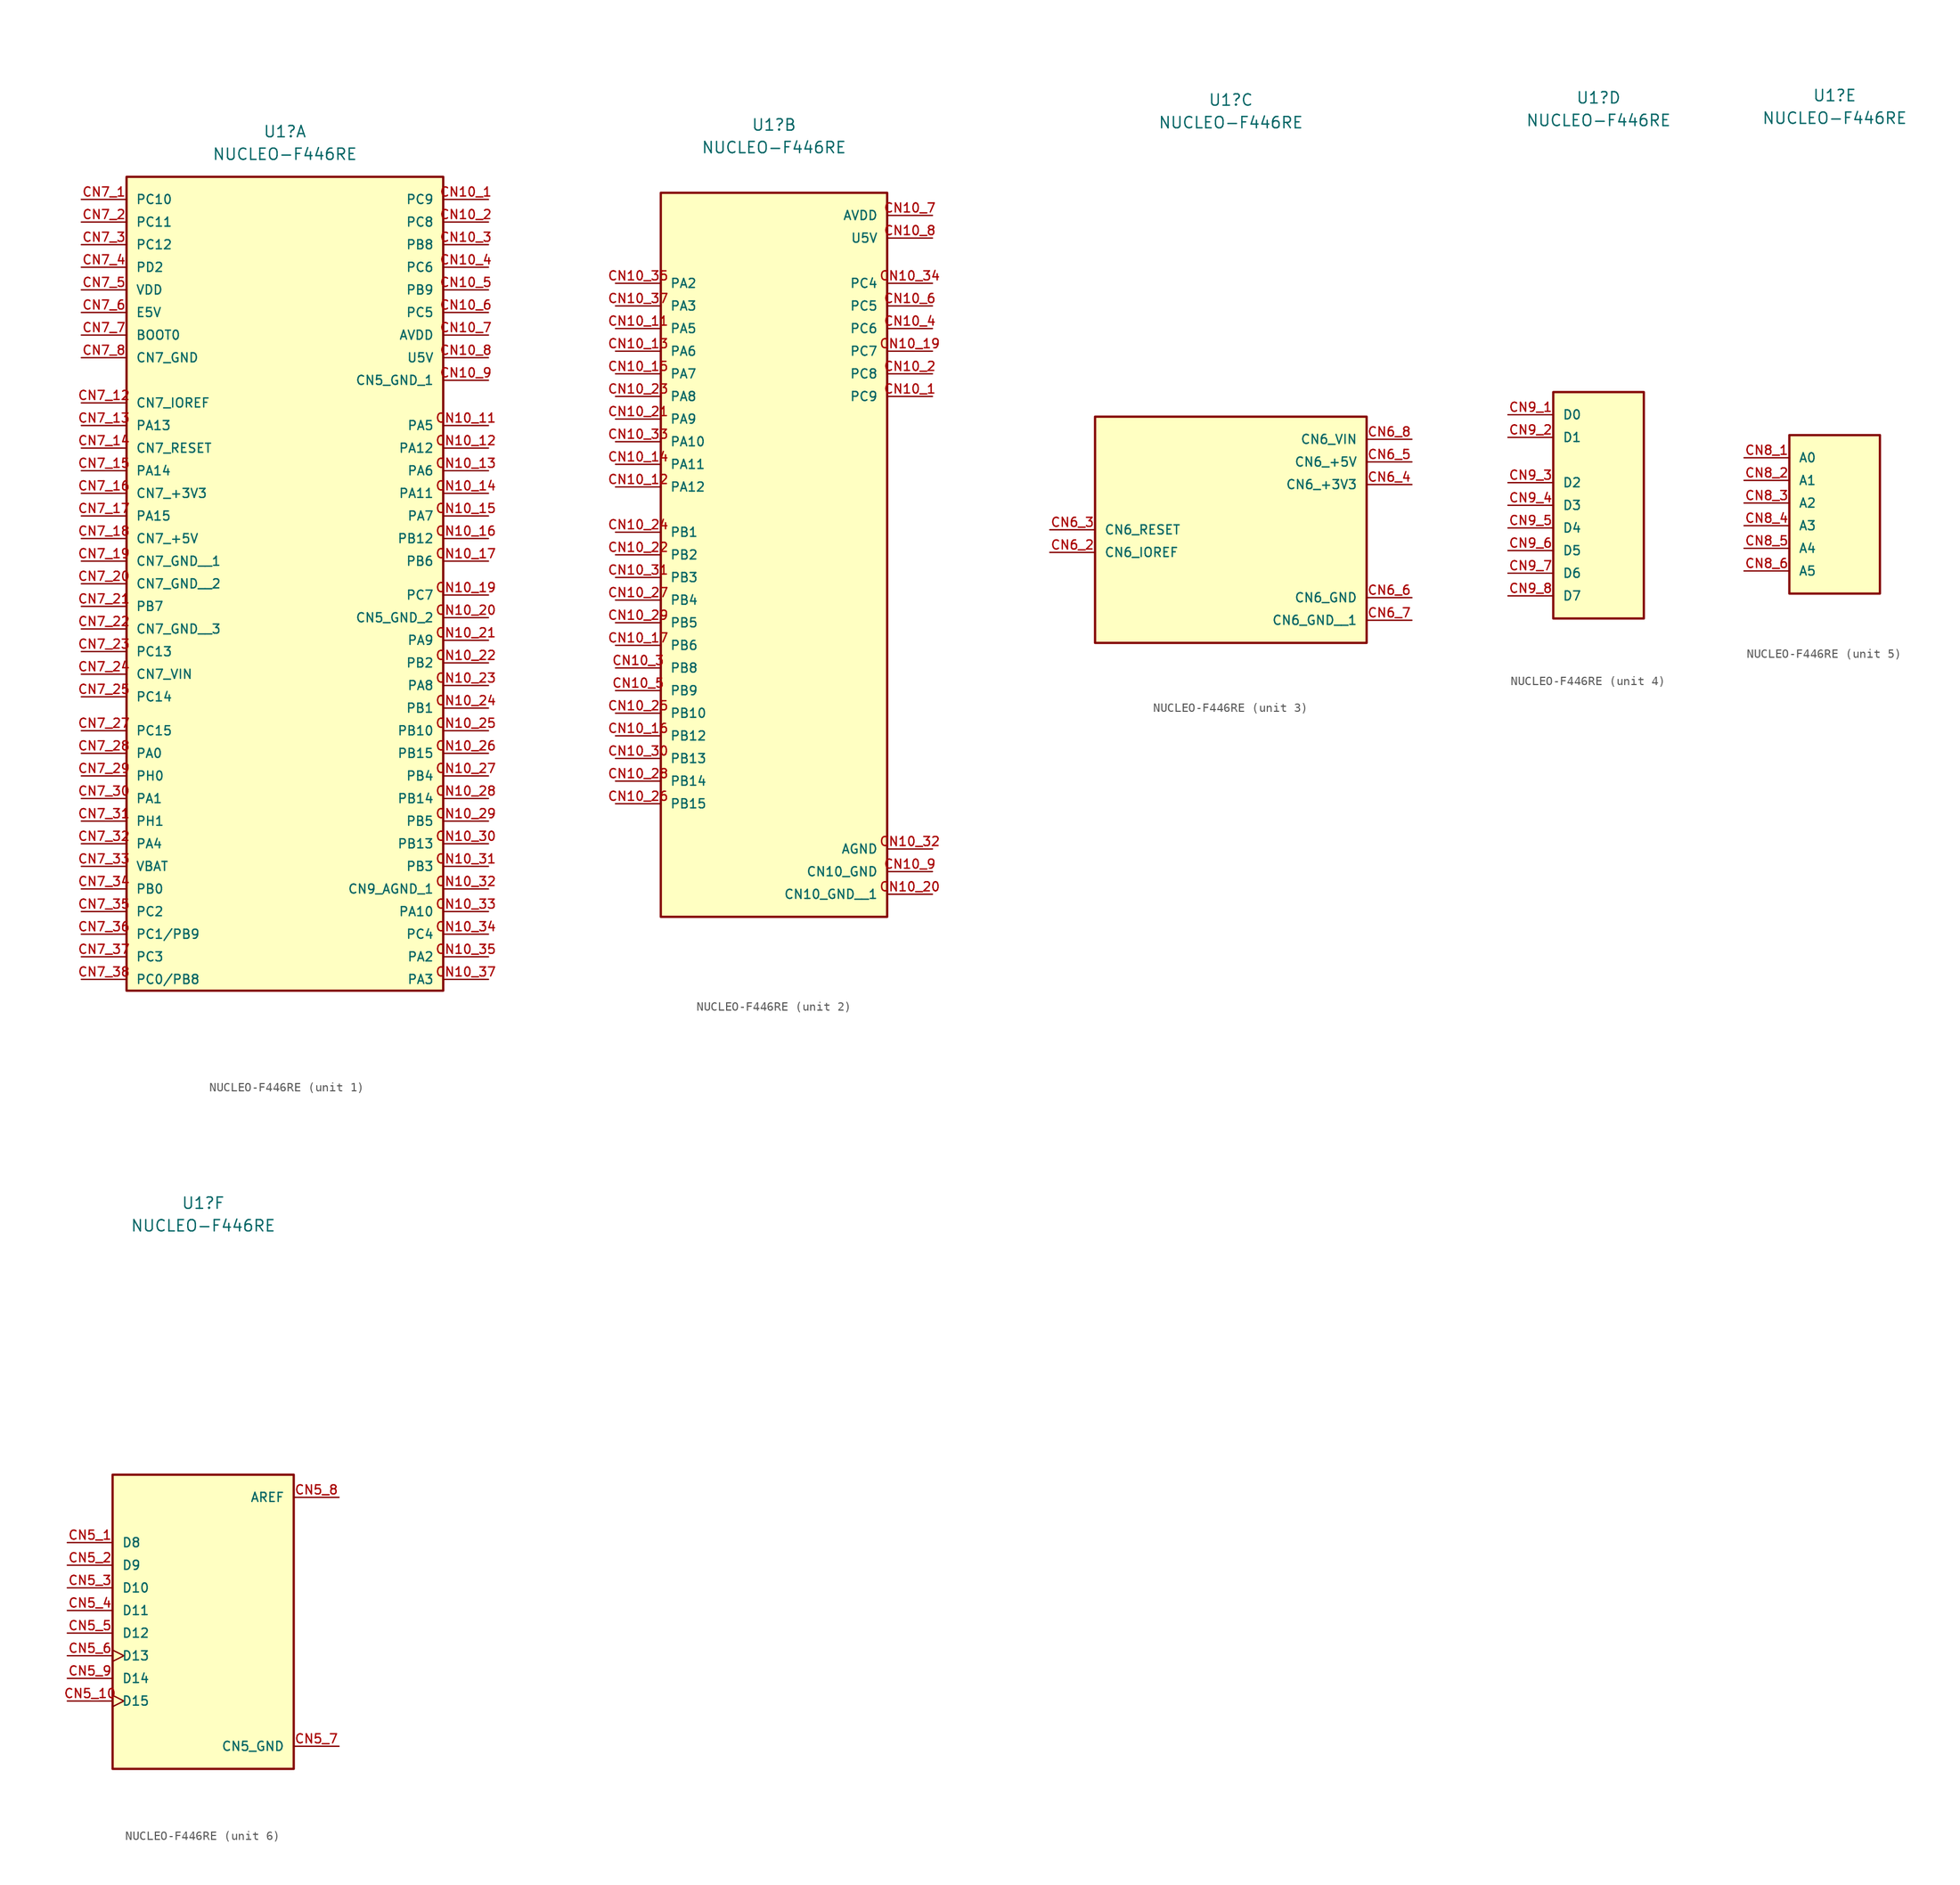
<source format=kicad_sym>
(kicad_symbol_lib
  (version 20231120)
  (generator "kicad_symbol_editor")
  (generator_version "8.0")
  (symbol "NUCLEO-F446RE"
    (pin_names
      (offset 1.016))
    (property "Reference" "U1"
      (at 0 45.72 0)
      (effects (font (size 1.27 1.27))))
    (property "Value" "NUCLEO-F446RE"
      (at 0 43.18 0)
      (effects (font (size 1.27 1.27))))
    (symbol "NUCLEO-F446RE_1_0"
      (rectangle (start -17.78 40.64) (end 17.78 -50.8) (stroke (width 0.254) (type default)) (fill (type background)))
      (pin bidirectional line (at 22.86 38.1 180) (length 5.08) (name "PC9" (effects (font (size 1.016 1.016)))) (number "CN10_1" (effects (font (size 1.016 1.016)))))
      (pin bidirectional line (at 22.86 12.7 180) (length 5.08) (name "PA5" (effects (font (size 1.016 1.016)))) (number "CN10_11" (effects (font (size 1.016 1.016)))))
      (pin bidirectional line (at 22.86 10.16 180) (length 5.08) (name "PA12" (effects (font (size 1.016 1.016)))) (number "CN10_12" (effects (font (size 1.016 1.016)))))
      (pin bidirectional line (at 22.86 7.62 180) (length 5.08) (name "PA6" (effects (font (size 1.016 1.016)))) (number "CN10_13" (effects (font (size 1.016 1.016)))))
      (pin bidirectional line (at 22.86 5.08 180) (length 5.08) (name "PA11" (effects (font (size 1.016 1.016)))) (number "CN10_14" (effects (font (size 1.016 1.016)))))
      (pin bidirectional line (at 22.86 2.54 180) (length 5.08) (name "PA7" (effects (font (size 1.016 1.016)))) (number "CN10_15" (effects (font (size 1.016 1.016)))))
      (pin bidirectional line (at 22.86 0 180) (length 5.08) (name "PB12" (effects (font (size 1.016 1.016)))) (number "CN10_16" (effects (font (size 1.016 1.016)))))
      (pin bidirectional line (at 22.86 -2.54 180) (length 5.08) (name "PB6" (effects (font (size 1.016 1.016)))) (number "CN10_17" (effects (font (size 1.016 1.016)))))
      (pin bidirectional line (at 22.86 -6.35 180) (length 5.08) (name "PC7" (effects (font (size 1.016 1.016)))) (number "CN10_19" (effects (font (size 1.016 1.016)))))
      (pin bidirectional line (at 22.86 35.56 180) (length 5.08) (name "PC8" (effects (font (size 1.016 1.016)))) (number "CN10_2" (effects (font (size 1.016 1.016)))))
      (pin power_in line (at 22.86 -8.89 180) (length 5.08) (name "CN5_GND_2" (effects (font (size 1.016 1.016)))) (number "CN10_20" (effects (font (size 1.016 1.016)))))
      (pin bidirectional line (at 22.86 -11.43 180) (length 5.08) (name "PA9" (effects (font (size 1.016 1.016)))) (number "CN10_21" (effects (font (size 1.016 1.016)))))
      (pin bidirectional line (at 22.86 -13.97 180) (length 5.08) (name "PB2" (effects (font (size 1.016 1.016)))) (number "CN10_22" (effects (font (size 1.016 1.016)))))
      (pin bidirectional line (at 22.86 -16.51 180) (length 5.08) (name "PA8" (effects (font (size 1.016 1.016)))) (number "CN10_23" (effects (font (size 1.016 1.016)))))
      (pin bidirectional line (at 22.86 -19.05 180) (length 5.08) (name "PB1" (effects (font (size 1.016 1.016)))) (number "CN10_24" (effects (font (size 1.016 1.016)))))
      (pin bidirectional line (at 22.86 -21.59 180) (length 5.08) (name "PB10" (effects (font (size 1.016 1.016)))) (number "CN10_25" (effects (font (size 1.016 1.016)))))
      (pin bidirectional line (at 22.86 -24.13 180) (length 5.08) (name "PB15" (effects (font (size 1.016 1.016)))) (number "CN10_26" (effects (font (size 1.016 1.016)))))
      (pin bidirectional line (at 22.86 -26.67 180) (length 5.08) (name "PB4" (effects (font (size 1.016 1.016)))) (number "CN10_27" (effects (font (size 1.016 1.016)))))
      (pin bidirectional line (at 22.86 -29.21 180) (length 5.08) (name "PB14" (effects (font (size 1.016 1.016)))) (number "CN10_28" (effects (font (size 1.016 1.016)))))
      (pin bidirectional line (at 22.86 -31.75 180) (length 5.08) (name "PB5" (effects (font (size 1.016 1.016)))) (number "CN10_29" (effects (font (size 1.016 1.016)))))
      (pin bidirectional line (at 22.86 33.02 180) (length 5.08) (name "PB8" (effects (font (size 1.016 1.016)))) (number "CN10_3" (effects (font (size 1.016 1.016)))))
      (pin bidirectional line (at 22.86 -34.29 180) (length 5.08) (name "PB13" (effects (font (size 1.016 1.016)))) (number "CN10_30" (effects (font (size 1.016 1.016)))))
      (pin bidirectional line (at 22.86 -36.83 180) (length 5.08) (name "PB3" (effects (font (size 1.016 1.016)))) (number "CN10_31" (effects (font (size 1.016 1.016)))))
      (pin power_in line (at 22.86 -39.37 180) (length 5.08) (name "CN9_AGND_1" (effects (font (size 1.016 1.016)))) (number "CN10_32" (effects (font (size 1.016 1.016)))))
      (pin bidirectional line (at 22.86 -41.91 180) (length 5.08) (name "PA10" (effects (font (size 1.016 1.016)))) (number "CN10_33" (effects (font (size 1.016 1.016)))))
      (pin bidirectional line (at 22.86 -44.45 180) (length 5.08) (name "PC4" (effects (font (size 1.016 1.016)))) (number "CN10_34" (effects (font (size 1.016 1.016)))))
      (pin bidirectional line (at 22.86 -46.99 180) (length 5.08) (name "PA2" (effects (font (size 1.016 1.016)))) (number "CN10_35" (effects (font (size 1.016 1.016)))))
      (pin bidirectional line (at 22.86 -49.53 180) (length 5.08) (name "PA3" (effects (font (size 1.016 1.016)))) (number "CN10_37" (effects (font (size 1.016 1.016)))))
      (pin bidirectional line (at 22.86 30.48 180) (length 5.08) (name "PC6" (effects (font (size 1.016 1.016)))) (number "CN10_4" (effects (font (size 1.016 1.016)))))
      (pin bidirectional line (at 22.86 27.94 180) (length 5.08) (name "PB9" (effects (font (size 1.016 1.016)))) (number "CN10_5" (effects (font (size 1.016 1.016)))))
      (pin bidirectional line (at 22.86 25.4 180) (length 5.08) (name "PC5" (effects (font (size 1.016 1.016)))) (number "CN10_6" (effects (font (size 1.016 1.016)))))
      (pin power_in line (at 22.86 22.86 180) (length 5.08) (name "AVDD" (effects (font (size 1.016 1.016)))) (number "CN10_7" (effects (font (size 1.016 1.016)))))
      (pin power_in line (at 22.86 20.32 180) (length 5.08) (name "U5V" (effects (font (size 1.016 1.016)))) (number "CN10_8" (effects (font (size 1.016 1.016)))))
      (pin power_in line (at 22.86 17.78 180) (length 5.08) (name "CN5_GND_1" (effects (font (size 1.016 1.016)))) (number "CN10_9" (effects (font (size 1.016 1.016)))))
      (pin bidirectional line (at -22.86 38.1 0) (length 5.08) (name "PC10" (effects (font (size 1.016 1.016)))) (number "CN7_1" (effects (font (size 1.016 1.016)))))
      (pin bidirectional line (at -22.86 15.24 0) (length 5.08) (name "CN7_IOREF" (effects (font (size 1.016 1.016)))) (number "CN7_12" (effects (font (size 1.016 1.016)))))
      (pin bidirectional line (at -22.86 12.7 0) (length 5.08) (name "PA13" (effects (font (size 1.016 1.016)))) (number "CN7_13" (effects (font (size 1.016 1.016)))))
      (pin bidirectional line (at -22.86 10.16 0) (length 5.08) (name "CN7_RESET" (effects (font (size 1.016 1.016)))) (number "CN7_14" (effects (font (size 1.016 1.016)))))
      (pin bidirectional line (at -22.86 7.62 0) (length 5.08) (name "PA14" (effects (font (size 1.016 1.016)))) (number "CN7_15" (effects (font (size 1.016 1.016)))))
      (pin power_in line (at -22.86 5.08 0) (length 5.08) (name "CN7_+3V3" (effects (font (size 1.016 1.016)))) (number "CN7_16" (effects (font (size 1.016 1.016)))))
      (pin bidirectional line (at -22.86 2.54 0) (length 5.08) (name "PA15" (effects (font (size 1.016 1.016)))) (number "CN7_17" (effects (font (size 1.016 1.016)))))
      (pin power_in line (at -22.86 0 0) (length 5.08) (name "CN7_+5V" (effects (font (size 1.016 1.016)))) (number "CN7_18" (effects (font (size 1.016 1.016)))))
      (pin power_in line (at -22.86 -2.54 0) (length 5.08) (name "CN7_GND__1" (effects (font (size 1.016 1.016)))) (number "CN7_19" (effects (font (size 1.016 1.016)))))
      (pin bidirectional line (at -22.86 35.56 0) (length 5.08) (name "PC11" (effects (font (size 1.016 1.016)))) (number "CN7_2" (effects (font (size 1.016 1.016)))))
      (pin power_in line (at -22.86 -5.08 0) (length 5.08) (name "CN7_GND__2" (effects (font (size 1.016 1.016)))) (number "CN7_20" (effects (font (size 1.016 1.016)))))
      (pin bidirectional line (at -22.86 -7.62 0) (length 5.08) (name "PB7" (effects (font (size 1.016 1.016)))) (number "CN7_21" (effects (font (size 1.016 1.016)))))
      (pin power_in line (at -22.86 -10.16 0) (length 5.08) (name "CN7_GND__3" (effects (font (size 1.016 1.016)))) (number "CN7_22" (effects (font (size 1.016 1.016)))))
      (pin bidirectional line (at -22.86 -12.7 0) (length 5.08) (name "PC13" (effects (font (size 1.016 1.016)))) (number "CN7_23" (effects (font (size 1.016 1.016)))))
      (pin power_in line (at -22.86 -15.24 0) (length 5.08) (name "CN7_VIN" (effects (font (size 1.016 1.016)))) (number "CN7_24" (effects (font (size 1.016 1.016)))))
      (pin bidirectional line (at -22.86 -17.78 0) (length 5.08) (name "PC14" (effects (font (size 1.016 1.016)))) (number "CN7_25" (effects (font (size 1.016 1.016)))))
      (pin bidirectional line (at -22.86 -21.59 0) (length 5.08) (name "PC15" (effects (font (size 1.016 1.016)))) (number "CN7_27" (effects (font (size 1.016 1.016)))))
      (pin bidirectional line (at -22.86 -24.13 0) (length 5.08) (name "PA0" (effects (font (size 1.016 1.016)))) (number "CN7_28" (effects (font (size 1.016 1.016)))))
      (pin bidirectional line (at -22.86 -26.67 0) (length 5.08) (name "PH0" (effects (font (size 1.016 1.016)))) (number "CN7_29" (effects (font (size 1.016 1.016)))))
      (pin bidirectional line (at -22.86 33.02 0) (length 5.08) (name "PC12" (effects (font (size 1.016 1.016)))) (number "CN7_3" (effects (font (size 1.016 1.016)))))
      (pin bidirectional line (at -22.86 -29.21 0) (length 5.08) (name "PA1" (effects (font (size 1.016 1.016)))) (number "CN7_30" (effects (font (size 1.016 1.016)))))
      (pin bidirectional line (at -22.86 -31.75 0) (length 5.08) (name "PH1" (effects (font (size 1.016 1.016)))) (number "CN7_31" (effects (font (size 1.016 1.016)))))
      (pin bidirectional line (at -22.86 -34.29 0) (length 5.08) (name "PA4" (effects (font (size 1.016 1.016)))) (number "CN7_32" (effects (font (size 1.016 1.016)))))
      (pin power_in line (at -22.86 -36.83 0) (length 5.08) (name "VBAT" (effects (font (size 1.016 1.016)))) (number "CN7_33" (effects (font (size 1.016 1.016)))))
      (pin bidirectional line (at -22.86 -39.37 0) (length 5.08) (name "PB0" (effects (font (size 1.016 1.016)))) (number "CN7_34" (effects (font (size 1.016 1.016)))))
      (pin bidirectional line (at -22.86 -41.91 0) (length 5.08) (name "PC2" (effects (font (size 1.016 1.016)))) (number "CN7_35" (effects (font (size 1.016 1.016)))))
      (pin bidirectional line (at -22.86 -44.45 0) (length 5.08) (name "PC1/PB9" (effects (font (size 1.016 1.016)))) (number "CN7_36" (effects (font (size 1.016 1.016)))))
      (pin bidirectional line (at -22.86 -46.99 0) (length 5.08) (name "PC3" (effects (font (size 1.016 1.016)))) (number "CN7_37" (effects (font (size 1.016 1.016)))))
      (pin bidirectional line (at -22.86 -49.53 0) (length 5.08) (name "PC0/PB8" (effects (font (size 1.016 1.016)))) (number "CN7_38" (effects (font (size 1.016 1.016)))))
      (pin bidirectional line (at -22.86 30.48 0) (length 5.08) (name "PD2" (effects (font (size 1.016 1.016)))) (number "CN7_4" (effects (font (size 1.016 1.016)))))
      (pin power_in line (at -22.86 27.94 0) (length 5.08) (name "VDD" (effects (font (size 1.016 1.016)))) (number "CN7_5" (effects (font (size 1.016 1.016)))))
      (pin power_in line (at -22.86 25.4 0) (length 5.08) (name "E5V" (effects (font (size 1.016 1.016)))) (number "CN7_6" (effects (font (size 1.016 1.016)))))
      (pin bidirectional line (at -22.86 22.86 0) (length 5.08) (name "BOOT0" (effects (font (size 1.016 1.016)))) (number "CN7_7" (effects (font (size 1.016 1.016)))))
      (pin power_in line (at -22.86 20.32 0) (length 5.08) (name "CN7_GND" (effects (font (size 1.016 1.016)))) (number "CN7_8" (effects (font (size 1.016 1.016))))))
    (symbol "NUCLEO-F446RE_2_0"
      (rectangle (start -12.7 -43.18) (end 12.7 38.1) (stroke (width 0.254) (type default)) (fill (type background)))
      (pin bidirectional line (at 17.78 15.24 180) (length 5.08) (name "PC9" (effects (font (size 1.016 1.016)))) (number "CN10_1" (effects (font (size 1.016 1.016)))))
      (pin bidirectional line (at -17.78 22.86 0) (length 5.08) (name "PA5" (effects (font (size 1.016 1.016)))) (number "CN10_11" (effects (font (size 1.016 1.016)))))
      (pin bidirectional line (at -17.78 5.08 0) (length 5.08) (name "PA12" (effects (font (size 1.016 1.016)))) (number "CN10_12" (effects (font (size 1.016 1.016)))))
      (pin bidirectional line (at -17.78 20.32 0) (length 5.08) (name "PA6" (effects (font (size 1.016 1.016)))) (number "CN10_13" (effects (font (size 1.016 1.016)))))
      (pin bidirectional line (at -17.78 7.62 0) (length 5.08) (name "PA11" (effects (font (size 1.016 1.016)))) (number "CN10_14" (effects (font (size 1.016 1.016)))))
      (pin bidirectional line (at -17.78 17.78 0) (length 5.08) (name "PA7" (effects (font (size 1.016 1.016)))) (number "CN10_15" (effects (font (size 1.016 1.016)))))
      (pin bidirectional line (at -17.78 -22.86 0) (length 5.08) (name "PB12" (effects (font (size 1.016 1.016)))) (number "CN10_16" (effects (font (size 1.016 1.016)))))
      (pin bidirectional line (at -17.78 -12.7 0) (length 5.08) (name "PB6" (effects (font (size 1.016 1.016)))) (number "CN10_17" (effects (font (size 1.016 1.016)))))
      (pin bidirectional line (at 17.78 20.32 180) (length 5.08) (name "PC7" (effects (font (size 1.016 1.016)))) (number "CN10_19" (effects (font (size 1.016 1.016)))))
      (pin bidirectional line (at 17.78 17.78 180) (length 5.08) (name "PC8" (effects (font (size 1.016 1.016)))) (number "CN10_2" (effects (font (size 1.016 1.016)))))
      (pin power_in line (at 17.78 -40.64 180) (length 5.08) (name "CN10_GND__1" (effects (font (size 1.016 1.016)))) (number "CN10_20" (effects (font (size 1.016 1.016)))))
      (pin bidirectional line (at -17.78 12.7 0) (length 5.08) (name "PA9" (effects (font (size 1.016 1.016)))) (number "CN10_21" (effects (font (size 1.016 1.016)))))
      (pin bidirectional line (at -17.78 -2.54 0) (length 5.08) (name "PB2" (effects (font (size 1.016 1.016)))) (number "CN10_22" (effects (font (size 1.016 1.016)))))
      (pin bidirectional line (at -17.78 15.24 0) (length 5.08) (name "PA8" (effects (font (size 1.016 1.016)))) (number "CN10_23" (effects (font (size 1.016 1.016)))))
      (pin bidirectional line (at -17.78 0 0) (length 5.08) (name "PB1" (effects (font (size 1.016 1.016)))) (number "CN10_24" (effects (font (size 1.016 1.016)))))
      (pin bidirectional line (at -17.78 -20.32 0) (length 5.08) (name "PB10" (effects (font (size 1.016 1.016)))) (number "CN10_25" (effects (font (size 1.016 1.016)))))
      (pin bidirectional line (at -17.78 -30.48 0) (length 5.08) (name "PB15" (effects (font (size 1.016 1.016)))) (number "CN10_26" (effects (font (size 1.016 1.016)))))
      (pin bidirectional line (at -17.78 -7.62 0) (length 5.08) (name "PB4" (effects (font (size 1.016 1.016)))) (number "CN10_27" (effects (font (size 1.016 1.016)))))
      (pin bidirectional line (at -17.78 -27.94 0) (length 5.08) (name "PB14" (effects (font (size 1.016 1.016)))) (number "CN10_28" (effects (font (size 1.016 1.016)))))
      (pin bidirectional line (at -17.78 -10.16 0) (length 5.08) (name "PB5" (effects (font (size 1.016 1.016)))) (number "CN10_29" (effects (font (size 1.016 1.016)))))
      (pin bidirectional line (at -17.78 -15.24 0) (length 5.08) (name "PB8" (effects (font (size 1.016 1.016)))) (number "CN10_3" (effects (font (size 1.016 1.016)))))
      (pin bidirectional line (at -17.78 -25.4 0) (length 5.08) (name "PB13" (effects (font (size 1.016 1.016)))) (number "CN10_30" (effects (font (size 1.016 1.016)))))
      (pin bidirectional line (at -17.78 -5.08 0) (length 5.08) (name "PB3" (effects (font (size 1.016 1.016)))) (number "CN10_31" (effects (font (size 1.016 1.016)))))
      (pin power_in line (at 17.78 -35.56 180) (length 5.08) (name "AGND" (effects (font (size 1.016 1.016)))) (number "CN10_32" (effects (font (size 1.016 1.016)))))
      (pin bidirectional line (at -17.78 10.16 0) (length 5.08) (name "PA10" (effects (font (size 1.016 1.016)))) (number "CN10_33" (effects (font (size 1.016 1.016)))))
      (pin bidirectional line (at 17.78 27.94 180) (length 5.08) (name "PC4" (effects (font (size 1.016 1.016)))) (number "CN10_34" (effects (font (size 1.016 1.016)))))
      (pin bidirectional line (at -17.78 27.94 0) (length 5.08) (name "PA2" (effects (font (size 1.016 1.016)))) (number "CN10_35" (effects (font (size 1.016 1.016)))))
      (pin bidirectional line (at -17.78 25.4 0) (length 5.08) (name "PA3" (effects (font (size 1.016 1.016)))) (number "CN10_37" (effects (font (size 1.016 1.016)))))
      (pin bidirectional line (at 17.78 22.86 180) (length 5.08) (name "PC6" (effects (font (size 1.016 1.016)))) (number "CN10_4" (effects (font (size 1.016 1.016)))))
      (pin bidirectional line (at -17.78 -17.78 0) (length 5.08) (name "PB9" (effects (font (size 1.016 1.016)))) (number "CN10_5" (effects (font (size 1.016 1.016)))))
      (pin bidirectional line (at 17.78 25.4 180) (length 5.08) (name "PC5" (effects (font (size 1.016 1.016)))) (number "CN10_6" (effects (font (size 1.016 1.016)))))
      (pin power_in line (at 17.78 35.56 180) (length 5.08) (name "AVDD" (effects (font (size 1.016 1.016)))) (number "CN10_7" (effects (font (size 1.016 1.016)))))
      (pin power_in line (at 17.78 33.02 180) (length 5.08) (name "U5V" (effects (font (size 1.016 1.016)))) (number "CN10_8" (effects (font (size 1.016 1.016)))))
      (pin power_in line (at 17.78 -38.1 180) (length 5.08) (name "CN10_GND" (effects (font (size 1.016 1.016)))) (number "CN10_9" (effects (font (size 1.016 1.016))))))
    (symbol "NUCLEO-F446RE_3_0"
      (rectangle (start -15.24 -15.24) (end 15.24 10.16) (stroke (width 0.254) (type default)) (fill (type background)))
      (pin bidirectional line (at -20.32 -5.08 0) (length 5.08) (name "CN6_IOREF" (effects (font (size 1.016 1.016)))) (number "CN6_2" (effects (font (size 1.016 1.016)))))
      (pin bidirectional line (at -20.32 -2.54 0) (length 5.08) (name "CN6_RESET" (effects (font (size 1.016 1.016)))) (number "CN6_3" (effects (font (size 1.016 1.016)))))
      (pin power_in line (at 20.32 2.54 180) (length 5.08) (name "CN6_+3V3" (effects (font (size 1.016 1.016)))) (number "CN6_4" (effects (font (size 1.016 1.016)))))
      (pin power_in line (at 20.32 5.08 180) (length 5.08) (name "CN6_+5V" (effects (font (size 1.016 1.016)))) (number "CN6_5" (effects (font (size 1.016 1.016)))))
      (pin power_in line (at 20.32 -10.16 180) (length 5.08) (name "CN6_GND" (effects (font (size 1.016 1.016)))) (number "CN6_6" (effects (font (size 1.016 1.016)))))
      (pin power_in line (at 20.32 -12.7 180) (length 5.08) (name "CN6_GND__1" (effects (font (size 1.016 1.016)))) (number "CN6_7" (effects (font (size 1.016 1.016)))))
      (pin power_in line (at 20.32 7.62 180) (length 5.08) (name "CN6_VIN" (effects (font (size 1.016 1.016)))) (number "CN6_8" (effects (font (size 1.016 1.016))))))
    (symbol "NUCLEO-F446RE_4_0"
      (rectangle (start -5.08 -12.7) (end 5.08 12.7) (stroke (width 0.254) (type default)) (fill (type background)))
      (pin input line (at -10.16 10.16 0) (length 5.08) (name "D0" (effects (font (size 1.016 1.016)))) (number "CN9_1" (effects (font (size 1.016 1.016)))))
      (pin output line (at -10.16 7.62 0) (length 5.08) (name "D1" (effects (font (size 1.016 1.016)))) (number "CN9_2" (effects (font (size 1.016 1.016)))))
      (pin bidirectional line (at -10.16 2.54 0) (length 5.08) (name "D2" (effects (font (size 1.016 1.016)))) (number "CN9_3" (effects (font (size 1.016 1.016)))))
      (pin bidirectional line (at -10.16 0 0) (length 5.08) (name "D3" (effects (font (size 1.016 1.016)))) (number "CN9_4" (effects (font (size 1.016 1.016)))))
      (pin bidirectional line (at -10.16 -2.54 0) (length 5.08) (name "D4" (effects (font (size 1.016 1.016)))) (number "CN9_5" (effects (font (size 1.016 1.016)))))
      (pin bidirectional line (at -10.16 -5.08 0) (length 5.08) (name "D5" (effects (font (size 1.016 1.016)))) (number "CN9_6" (effects (font (size 1.016 1.016)))))
      (pin bidirectional line (at -10.16 -7.62 0) (length 5.08) (name "D6" (effects (font (size 1.016 1.016)))) (number "CN9_7" (effects (font (size 1.016 1.016)))))
      (pin bidirectional line (at -10.16 -10.16 0) (length 5.08) (name "D7" (effects (font (size 1.016 1.016)))) (number "CN9_8" (effects (font (size 1.016 1.016))))))
    (symbol "NUCLEO-F446RE_5_0"
      (rectangle (start -5.08 -10.16) (end 5.08 7.62) (stroke (width 0.254) (type default)) (fill (type background)))
      (pin input line (at -10.16 5.08 0) (length 5.08) (name "A0" (effects (font (size 1.016 1.016)))) (number "CN8_1" (effects (font (size 1.016 1.016)))))
      (pin input line (at -10.16 2.54 0) (length 5.08) (name "A1" (effects (font (size 1.016 1.016)))) (number "CN8_2" (effects (font (size 1.016 1.016)))))
      (pin input line (at -10.16 0 0) (length 5.08) (name "A2" (effects (font (size 1.016 1.016)))) (number "CN8_3" (effects (font (size 1.016 1.016)))))
      (pin input line (at -10.16 -2.54 0) (length 5.08) (name "A3" (effects (font (size 1.016 1.016)))) (number "CN8_4" (effects (font (size 1.016 1.016)))))
      (pin input line (at -10.16 -5.08 0) (length 5.08) (name "A4" (effects (font (size 1.016 1.016)))) (number "CN8_5" (effects (font (size 1.016 1.016)))))
      (pin input line (at -10.16 -7.62 0) (length 5.08) (name "A5" (effects (font (size 1.016 1.016)))) (number "CN8_6" (effects (font (size 1.016 1.016))))))
    (symbol "NUCLEO-F446RE_6_0"
      (rectangle (start -10.16 -17.78) (end 10.16 15.24) (stroke (width 0.254) (type default)) (fill (type background)))
      (pin bidirectional line (at -15.24 7.62 0) (length 5.08) (name "D8" (effects (font (size 1.016 1.016)))) (number "CN5_1" (effects (font (size 1.016 1.016)))))
      (pin bidirectional clock (at -15.24 -10.16 0) (length 5.08) (name "D15" (effects (font (size 1.016 1.016)))) (number "CN5_10" (effects (font (size 1.016 1.016)))))
      (pin bidirectional line (at -15.24 5.08 0) (length 5.08) (name "D9" (effects (font (size 1.016 1.016)))) (number "CN5_2" (effects (font (size 1.016 1.016)))))
      (pin bidirectional line (at -15.24 2.54 0) (length 5.08) (name "D10" (effects (font (size 1.016 1.016)))) (number "CN5_3" (effects (font (size 1.016 1.016)))))
      (pin bidirectional line (at -15.24 0 0) (length 5.08) (name "D11" (effects (font (size 1.016 1.016)))) (number "CN5_4" (effects (font (size 1.016 1.016)))))
      (pin bidirectional line (at -15.24 -2.54 0) (length 5.08) (name "D12" (effects (font (size 1.016 1.016)))) (number "CN5_5" (effects (font (size 1.016 1.016)))))
      (pin bidirectional clock (at -15.24 -5.08 0) (length 5.08) (name "D13" (effects (font (size 1.016 1.016)))) (number "CN5_6" (effects (font (size 1.016 1.016)))))
      (pin power_in line (at 15.24 -15.24 180) (length 5.08) (name "CN5_GND" (effects (font (size 1.016 1.016)))) (number "CN5_7" (effects (font (size 1.016 1.016)))))
      (pin power_in line (at 15.24 12.7 180) (length 5.08) (name "AREF" (effects (font (size 1.016 1.016)))) (number "CN5_8" (effects (font (size 1.016 1.016)))))
      (pin bidirectional line (at -15.24 -7.62 0) (length 5.08) (name "D14" (effects (font (size 1.016 1.016)))) (number "CN5_9" (effects (font (size 1.016 1.016))))))))
</source>
